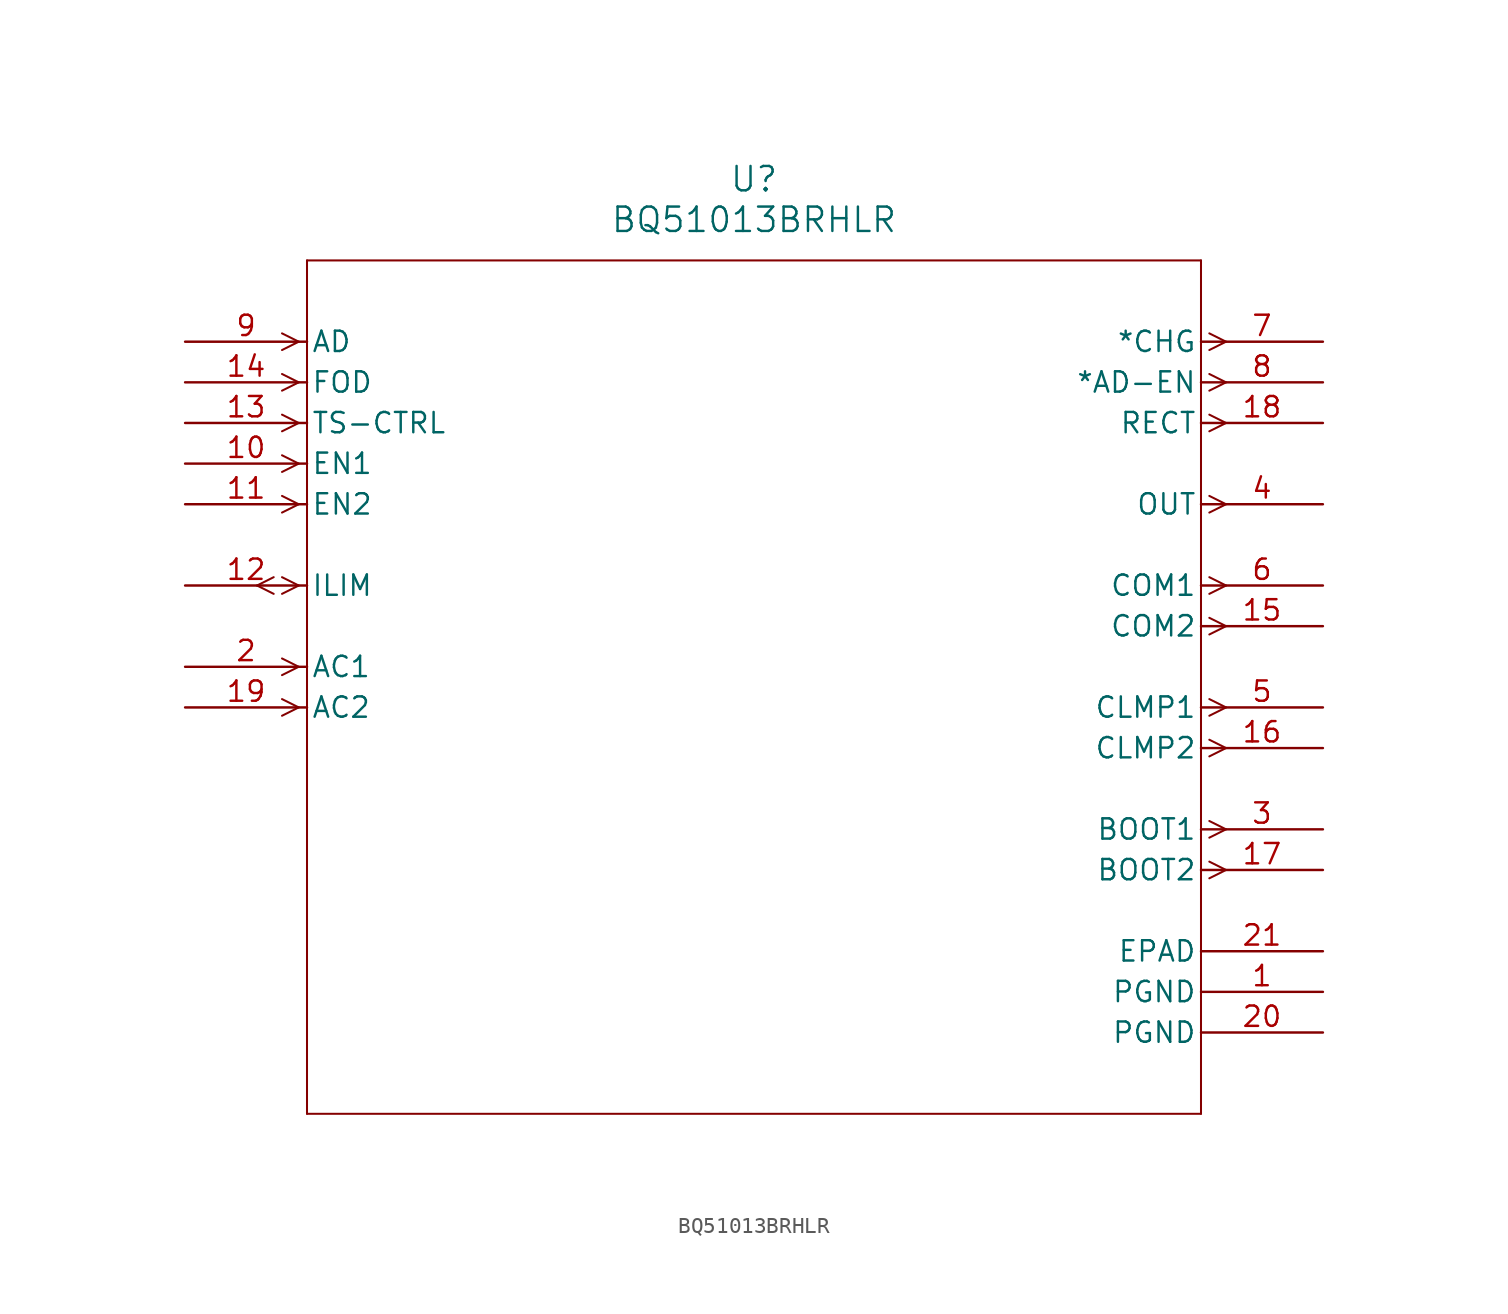
<source format=kicad_sym>
(kicad_symbol_lib
  (version 20211014)
  (generator kicad_symbol_editor)
  (symbol "BQ51013BRHLR"
    (pin_names
      (offset 0.254))
    (property "Reference" "U"
      (at 35.56 10.16 0)
      (effects (font (size 1.524 1.524))))
    (property "Value" "BQ51013BRHLR"
      (at 35.56 7.62 0)
      (effects (font (size 1.524 1.524))))
    (symbol "BQ51013BRHLR_0_1"
      (polyline (pts (xy 7.099 0) (xy 6.058 0.521)) (stroke (width 0.127) (type default) (color 0 0 0 0)) (fill (type none)))
      (polyline (pts (xy 7.099 0) (xy 6.058 -0.521)) (stroke (width 0.127) (type default) (color 0 0 0 0)) (fill (type none)))
      (polyline (pts (xy 7.099 -2.54) (xy 6.058 -2.019)) (stroke (width 0.127) (type default) (color 0 0 0 0)) (fill (type none)))
      (polyline (pts (xy 7.099 -2.54) (xy 6.058 -3.061)) (stroke (width 0.127) (type default) (color 0 0 0 0)) (fill (type none)))
      (polyline (pts (xy 7.099 -5.08) (xy 6.058 -4.559)) (stroke (width 0.127) (type default) (color 0 0 0 0)) (fill (type none)))
      (polyline (pts (xy 7.099 -5.08) (xy 6.058 -5.601)) (stroke (width 0.127) (type default) (color 0 0 0 0)) (fill (type none)))
      (polyline (pts (xy 7.099 -7.62) (xy 6.058 -7.099)) (stroke (width 0.127) (type default) (color 0 0 0 0)) (fill (type none)))
      (polyline (pts (xy 7.099 -7.62) (xy 6.058 -8.141)) (stroke (width 0.127) (type default) (color 0 0 0 0)) (fill (type none)))
      (polyline (pts (xy 7.099 -10.16) (xy 6.058 -9.639)) (stroke (width 0.127) (type default) (color 0 0 0 0)) (fill (type none)))
      (polyline (pts (xy 7.099 -10.16) (xy 6.058 -10.681)) (stroke (width 0.127) (type default) (color 0 0 0 0)) (fill (type none)))
      (polyline (pts (xy 7.099 -15.24) (xy 6.058 -14.719)) (stroke (width 0.127) (type default) (color 0 0 0 0)) (fill (type none)))
      (polyline (pts (xy 7.099 -15.24) (xy 6.058 -15.761)) (stroke (width 0.127) (type default) (color 0 0 0 0)) (fill (type none)))
      (polyline (pts (xy 5.537 -14.719) (xy 4.496 -15.24)) (stroke (width 0.127) (type default) (color 0 0 0 0)) (fill (type none)))
      (polyline (pts (xy 5.537 -15.761) (xy 4.496 -15.24)) (stroke (width 0.127) (type default) (color 0 0 0 0)) (fill (type none)))
      (polyline (pts (xy 7.099 -20.32) (xy 6.058 -19.799)) (stroke (width 0.127) (type default) (color 0 0 0 0)) (fill (type none)))
      (polyline (pts (xy 7.099 -20.32) (xy 6.058 -20.841)) (stroke (width 0.127) (type default) (color 0 0 0 0)) (fill (type none)))
      (polyline (pts (xy 7.099 -22.86) (xy 6.058 -22.339)) (stroke (width 0.127) (type default) (color 0 0 0 0)) (fill (type none)))
      (polyline (pts (xy 7.099 -22.86) (xy 6.058 -23.381)) (stroke (width 0.127) (type default) (color 0 0 0 0)) (fill (type none)))
      (polyline (pts (xy 64.021 0.521) (xy 65.062 0)) (stroke (width 0.127) (type default) (color 0 0 0 0)) (fill (type none)))
      (polyline (pts (xy 64.021 -0.521) (xy 65.062 0)) (stroke (width 0.127) (type default) (color 0 0 0 0)) (fill (type none)))
      (polyline (pts (xy 64.021 -2.019) (xy 65.062 -2.54)) (stroke (width 0.127) (type default) (color 0 0 0 0)) (fill (type none)))
      (polyline (pts (xy 64.021 -3.061) (xy 65.062 -2.54)) (stroke (width 0.127) (type default) (color 0 0 0 0)) (fill (type none)))
      (polyline (pts (xy 64.021 -4.559) (xy 65.062 -5.08)) (stroke (width 0.127) (type default) (color 0 0 0 0)) (fill (type none)))
      (polyline (pts (xy 64.021 -5.601) (xy 65.062 -5.08)) (stroke (width 0.127) (type default) (color 0 0 0 0)) (fill (type none)))
      (polyline (pts (xy 64.021 -9.639) (xy 65.062 -10.16)) (stroke (width 0.127) (type default) (color 0 0 0 0)) (fill (type none)))
      (polyline (pts (xy 64.021 -10.681) (xy 65.062 -10.16)) (stroke (width 0.127) (type default) (color 0 0 0 0)) (fill (type none)))
      (polyline (pts (xy 64.021 -14.719) (xy 65.062 -15.24)) (stroke (width 0.127) (type default) (color 0 0 0 0)) (fill (type none)))
      (polyline (pts (xy 64.021 -15.761) (xy 65.062 -15.24)) (stroke (width 0.127) (type default) (color 0 0 0 0)) (fill (type none)))
      (polyline (pts (xy 64.021 -17.259) (xy 65.062 -17.78)) (stroke (width 0.127) (type default) (color 0 0 0 0)) (fill (type none)))
      (polyline (pts (xy 64.021 -18.301) (xy 65.062 -17.78)) (stroke (width 0.127) (type default) (color 0 0 0 0)) (fill (type none)))
      (polyline (pts (xy 64.021 -22.339) (xy 65.062 -22.86)) (stroke (width 0.127) (type default) (color 0 0 0 0)) (fill (type none)))
      (polyline (pts (xy 64.021 -23.381) (xy 65.062 -22.86)) (stroke (width 0.127) (type default) (color 0 0 0 0)) (fill (type none)))
      (polyline (pts (xy 64.021 -24.879) (xy 65.062 -25.4)) (stroke (width 0.127) (type default) (color 0 0 0 0)) (fill (type none)))
      (polyline (pts (xy 64.021 -25.921) (xy 65.062 -25.4)) (stroke (width 0.127) (type default) (color 0 0 0 0)) (fill (type none)))
      (polyline (pts (xy 64.021 -29.959) (xy 65.062 -30.48)) (stroke (width 0.127) (type default) (color 0 0 0 0)) (fill (type none)))
      (polyline (pts (xy 64.021 -31.001) (xy 65.062 -30.48)) (stroke (width 0.127) (type default) (color 0 0 0 0)) (fill (type none)))
      (polyline (pts (xy 64.021 -32.499) (xy 65.062 -33.02)) (stroke (width 0.127) (type default) (color 0 0 0 0)) (fill (type none)))
      (polyline (pts (xy 64.021 -33.541) (xy 65.062 -33.02)) (stroke (width 0.127) (type default) (color 0 0 0 0)) (fill (type none)))
      (polyline (pts (xy 7.62 5.08) (xy 7.62 -48.26)) (stroke (width 0.127) (type default) (color 0 0 0 0)) (fill (type none)))
      (polyline (pts (xy 7.62 -48.26) (xy 63.5 -48.26)) (stroke (width 0.127) (type default) (color 0 0 0 0)) (fill (type none)))
      (polyline (pts (xy 63.5 -48.26) (xy 63.5 5.08)) (stroke (width 0.127) (type default) (color 0 0 0 0)) (fill (type none)))
      (polyline (pts (xy 63.5 5.08) (xy 7.62 5.08)) (stroke (width 0.127) (type default) (color 0 0 0 0)) (fill (type none)))
      (pin power_in line (at 71.12 -40.64 180) (length 7.62) (name "PGND" (effects (font (size 1.27 1.27)))) (number "1" (effects (font (size 1.27 1.27)))))
      (pin input line (at 0 -20.32 0) (length 7.62) (name "AC1" (effects (font (size 1.27 1.27)))) (number "2" (effects (font (size 1.27 1.27)))))
      (pin output line (at 71.12 -30.48 180) (length 7.62) (name "BOOT1" (effects (font (size 1.27 1.27)))) (number "3" (effects (font (size 1.27 1.27)))))
      (pin output line (at 71.12 -10.16 180) (length 7.62) (name "OUT" (effects (font (size 1.27 1.27)))) (number "4" (effects (font (size 1.27 1.27)))))
      (pin output line (at 71.12 -22.86 180) (length 7.62) (name "CLMP1" (effects (font (size 1.27 1.27)))) (number "5" (effects (font (size 1.27 1.27)))))
      (pin output line (at 71.12 -15.24 180) (length 7.62) (name "COM1" (effects (font (size 1.27 1.27)))) (number "6" (effects (font (size 1.27 1.27)))))
      (pin output line (at 71.12 0 180) (length 7.62) (name "*CHG" (effects (font (size 1.27 1.27)))) (number "7" (effects (font (size 1.27 1.27)))))
      (pin output line (at 71.12 -2.54 180) (length 7.62) (name "*AD-EN" (effects (font (size 1.27 1.27)))) (number "8" (effects (font (size 1.27 1.27)))))
      (pin input line (at 0 0 0) (length 7.62) (name "AD" (effects (font (size 1.27 1.27)))) (number "9" (effects (font (size 1.27 1.27)))))
      (pin input line (at 0 -7.62 0) (length 7.62) (name "EN1" (effects (font (size 1.27 1.27)))) (number "10" (effects (font (size 1.27 1.27)))))
      (pin input line (at 0 -10.16 0) (length 7.62) (name "EN2" (effects (font (size 1.27 1.27)))) (number "11" (effects (font (size 1.27 1.27)))))
      (pin bidirectional line (at 0 -15.24 0) (length 7.62) (name "ILIM" (effects (font (size 1.27 1.27)))) (number "12" (effects (font (size 1.27 1.27)))))
      (pin input line (at 0 -5.08 0) (length 7.62) (name "TS-CTRL" (effects (font (size 1.27 1.27)))) (number "13" (effects (font (size 1.27 1.27)))))
      (pin input line (at 0 -2.54 0) (length 7.62) (name "FOD" (effects (font (size 1.27 1.27)))) (number "14" (effects (font (size 1.27 1.27)))))
      (pin output line (at 71.12 -17.78 180) (length 7.62) (name "COM2" (effects (font (size 1.27 1.27)))) (number "15" (effects (font (size 1.27 1.27)))))
      (pin output line (at 71.12 -25.4 180) (length 7.62) (name "CLMP2" (effects (font (size 1.27 1.27)))) (number "16" (effects (font (size 1.27 1.27)))))
      (pin output line (at 71.12 -33.02 180) (length 7.62) (name "BOOT2" (effects (font (size 1.27 1.27)))) (number "17" (effects (font (size 1.27 1.27)))))
      (pin output line (at 71.12 -5.08 180) (length 7.62) (name "RECT" (effects (font (size 1.27 1.27)))) (number "18" (effects (font (size 1.27 1.27)))))
      (pin input line (at 0 -22.86 0) (length 7.62) (name "AC2" (effects (font (size 1.27 1.27)))) (number "19" (effects (font (size 1.27 1.27)))))
      (pin power_in line (at 71.12 -43.18 180) (length 7.62) (name "PGND" (effects (font (size 1.27 1.27)))) (number "20" (effects (font (size 1.27 1.27)))))
      (pin unspecified line (at 71.12 -38.1 180) (length 7.62) (name "EPAD" (effects (font (size 1.27 1.27)))) (number "21" (effects (font (size 1.27 1.27))))))))
</source>
